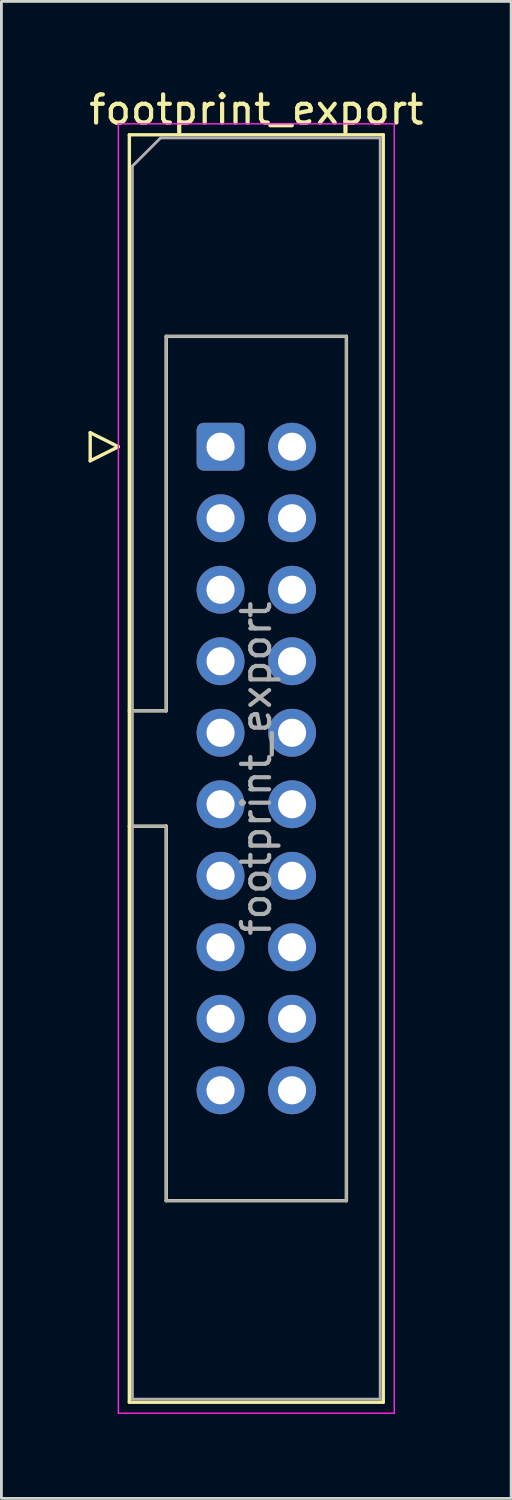
<source format=kicad_pcb>
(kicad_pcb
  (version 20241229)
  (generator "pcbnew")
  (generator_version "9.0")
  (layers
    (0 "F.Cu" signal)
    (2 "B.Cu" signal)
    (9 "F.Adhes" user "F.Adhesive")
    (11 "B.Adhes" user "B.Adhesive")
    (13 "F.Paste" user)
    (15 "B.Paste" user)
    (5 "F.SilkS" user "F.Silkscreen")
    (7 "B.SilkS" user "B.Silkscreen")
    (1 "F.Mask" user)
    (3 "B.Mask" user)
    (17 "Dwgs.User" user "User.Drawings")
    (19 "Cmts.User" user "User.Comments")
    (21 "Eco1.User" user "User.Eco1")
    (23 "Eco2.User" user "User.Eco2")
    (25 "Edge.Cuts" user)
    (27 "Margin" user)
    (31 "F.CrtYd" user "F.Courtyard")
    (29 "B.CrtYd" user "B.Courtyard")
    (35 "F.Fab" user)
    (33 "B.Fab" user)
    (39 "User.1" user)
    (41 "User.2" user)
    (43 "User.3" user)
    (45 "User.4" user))
  (footprint "footprint_export"
    (layer "F.Cu")
    (at 4.784 12.818)
    (property "Reference" "footprint_export" (at 1.27 -11.97 0) (layer "F.SilkS") (effects (font (size 1 1) (thickness 0.15))))
    (attr through_hole)
    (fp_line (start -4.63 -0.5) (end -4.63 0.5) (stroke (width 0.12) (type solid)) (layer "F.SilkS"))
    (fp_line (start -4.63 0.5) (end -3.63 0) (stroke (width 0.12) (type solid)) (layer "F.SilkS"))
    (fp_line (start -3.63 0) (end -4.63 -0.5) (stroke (width 0.12) (type solid)) (layer "F.SilkS"))
    (fp_line (start -3.24 -11.08) (end 5.78 -11.08) (stroke (width 0.12) (type solid)) (layer "F.SilkS"))
    (fp_line (start -3.24 9.38) (end -1.93 9.38) (stroke (width 0.12) (type solid)) (layer "F.SilkS"))
    (fp_line (start -3.24 33.94) (end -3.24 -11.08) (stroke (width 0.12) (type solid)) (layer "F.SilkS"))
    (fp_line (start -1.93 -3.92) (end 4.47 -3.92) (stroke (width 0.12) (type solid)) (layer "F.SilkS"))
    (fp_line (start -1.93 9.38) (end -1.93 -3.92) (stroke (width 0.12) (type solid)) (layer "F.SilkS"))
    (fp_line (start -1.93 13.48) (end -3.24 13.48) (stroke (width 0.12) (type solid)) (layer "F.SilkS"))
    (fp_line (start -1.93 13.48) (end -1.93 13.48) (stroke (width 0.12) (type solid)) (layer "F.SilkS"))
    (fp_line (start -1.93 26.78) (end -1.93 13.48) (stroke (width 0.12) (type solid)) (layer "F.SilkS"))
    (fp_line (start 4.47 -3.92) (end 4.47 26.78) (stroke (width 0.12) (type solid)) (layer "F.SilkS"))
    (fp_line (start 4.47 26.78) (end -1.93 26.78) (stroke (width 0.12) (type solid)) (layer "F.SilkS"))
    (fp_line (start 5.78 -11.08) (end 5.78 33.94) (stroke (width 0.12) (type solid)) (layer "F.SilkS"))
    (fp_line (start 5.78 33.94) (end -3.24 33.94) (stroke (width 0.12) (type solid)) (layer "F.SilkS"))
    (fp_line (start -3.63 -11.47) (end -3.63 34.33) (stroke (width 0.05) (type solid)) (layer "F.CrtYd"))
    (fp_line (start -3.63 34.33) (end 6.17 34.33) (stroke (width 0.05) (type solid)) (layer "F.CrtYd"))
    (fp_line (start 6.17 -11.47) (end -3.63 -11.47) (stroke (width 0.05) (type solid)) (layer "F.CrtYd"))
    (fp_line (start 6.17 34.33) (end 6.17 -11.47) (stroke (width 0.05) (type solid)) (layer "F.CrtYd"))
    (fp_line (start -3.13 -9.97) (end -2.13 -10.97) (stroke (width 0.1) (type solid)) (layer "F.Fab"))
    (fp_line (start -3.13 9.38) (end -1.93 9.38) (stroke (width 0.1) (type solid)) (layer "F.Fab"))
    (fp_line (start -3.13 33.83) (end -3.13 -9.97) (stroke (width 0.1) (type solid)) (layer "F.Fab"))
    (fp_line (start -2.13 -10.97) (end 5.67 -10.97) (stroke (width 0.1) (type solid)) (layer "F.Fab"))
    (fp_line (start -1.93 -3.92) (end 4.47 -3.92) (stroke (width 0.1) (type solid)) (layer "F.Fab"))
    (fp_line (start -1.93 9.38) (end -1.93 -3.92) (stroke (width 0.1) (type solid)) (layer "F.Fab"))
    (fp_line (start -1.93 13.48) (end -3.13 13.48) (stroke (width 0.1) (type solid)) (layer "F.Fab"))
    (fp_line (start -1.93 13.48) (end -1.93 13.48) (stroke (width 0.1) (type solid)) (layer "F.Fab"))
    (fp_line (start -1.93 26.78) (end -1.93 13.48) (stroke (width 0.1) (type solid)) (layer "F.Fab"))
    (fp_line (start 4.47 -3.92) (end 4.47 26.78) (stroke (width 0.1) (type solid)) (layer "F.Fab"))
    (fp_line (start 4.47 26.78) (end -1.93 26.78) (stroke (width 0.1) (type solid)) (layer "F.Fab"))
    (fp_line (start 5.67 -10.97) (end 5.67 33.83) (stroke (width 0.1) (type solid)) (layer "F.Fab"))
    (fp_line (start 5.67 33.83) (end -3.13 33.83) (stroke (width 0.1) (type solid)) (layer "F.Fab"))
    (fp_text user "${REFERENCE}" (at 1.27 11.43 90) (layer "F.Fab") (effects (font (size 1 1) (thickness 0.15))))
    (pad "1" thru_hole roundrect (at 0 0) (size 1.7 1.7) (drill 1) (layers "*.Cu" "*.Mask") (roundrect_rratio 0.147))
    (pad "2" thru_hole circle (at 2.54 0) (size 1.7 1.7) (drill 1) (layers "*.Cu" "*.Mask"))
    (pad "3" thru_hole circle (at 0 2.54) (size 1.7 1.7) (drill 1) (layers "*.Cu" "*.Mask"))
    (pad "4" thru_hole circle (at 2.54 2.54) (size 1.7 1.7) (drill 1) (layers "*.Cu" "*.Mask"))
    (pad "5" thru_hole circle (at 0 5.08) (size 1.7 1.7) (drill 1) (layers "*.Cu" "*.Mask"))
    (pad "6" thru_hole circle (at 2.54 5.08) (size 1.7 1.7) (drill 1) (layers "*.Cu" "*.Mask"))
    (pad "7" thru_hole circle (at 0 7.62) (size 1.7 1.7) (drill 1) (layers "*.Cu" "*.Mask"))
    (pad "8" thru_hole circle (at 2.54 7.62) (size 1.7 1.7) (drill 1) (layers "*.Cu" "*.Mask"))
    (pad "9" thru_hole circle (at 0 10.16) (size 1.7 1.7) (drill 1) (layers "*.Cu" "*.Mask"))
    (pad "10" thru_hole circle (at 2.54 10.16) (size 1.7 1.7) (drill 1) (layers "*.Cu" "*.Mask"))
    (pad "11" thru_hole circle (at 0 12.7) (size 1.7 1.7) (drill 1) (layers "*.Cu" "*.Mask"))
    (pad "12" thru_hole circle (at 2.54 12.7) (size 1.7 1.7) (drill 1) (layers "*.Cu" "*.Mask"))
    (pad "13" thru_hole circle (at 0 15.24) (size 1.7 1.7) (drill 1) (layers "*.Cu" "*.Mask"))
    (pad "14" thru_hole circle (at 2.54 15.24) (size 1.7 1.7) (drill 1) (layers "*.Cu" "*.Mask"))
    (pad "15" thru_hole circle (at 0 17.78) (size 1.7 1.7) (drill 1) (layers "*.Cu" "*.Mask"))
    (pad "16" thru_hole circle (at 2.54 17.78) (size 1.7 1.7) (drill 1) (layers "*.Cu" "*.Mask"))
    (pad "17" thru_hole circle (at 0 20.32) (size 1.7 1.7) (drill 1) (layers "*.Cu" "*.Mask"))
    (pad "18" thru_hole circle (at 2.54 20.32) (size 1.7 1.7) (drill 1) (layers "*.Cu" "*.Mask"))
    (pad "19" thru_hole circle (at 0 22.86) (size 1.7 1.7) (drill 1) (layers "*.Cu" "*.Mask"))
    (pad "20" thru_hole circle (at 2.54 22.86) (size 1.7 1.7) (drill 1) (layers "*.Cu" "*.Mask")))
  (gr_rect
    (start -3 -3)
    (end 15.107 50.173)
    (stroke (width 0.1) (type default))
    (fill no)
    (layer "Edge.Cuts")))
</source>
